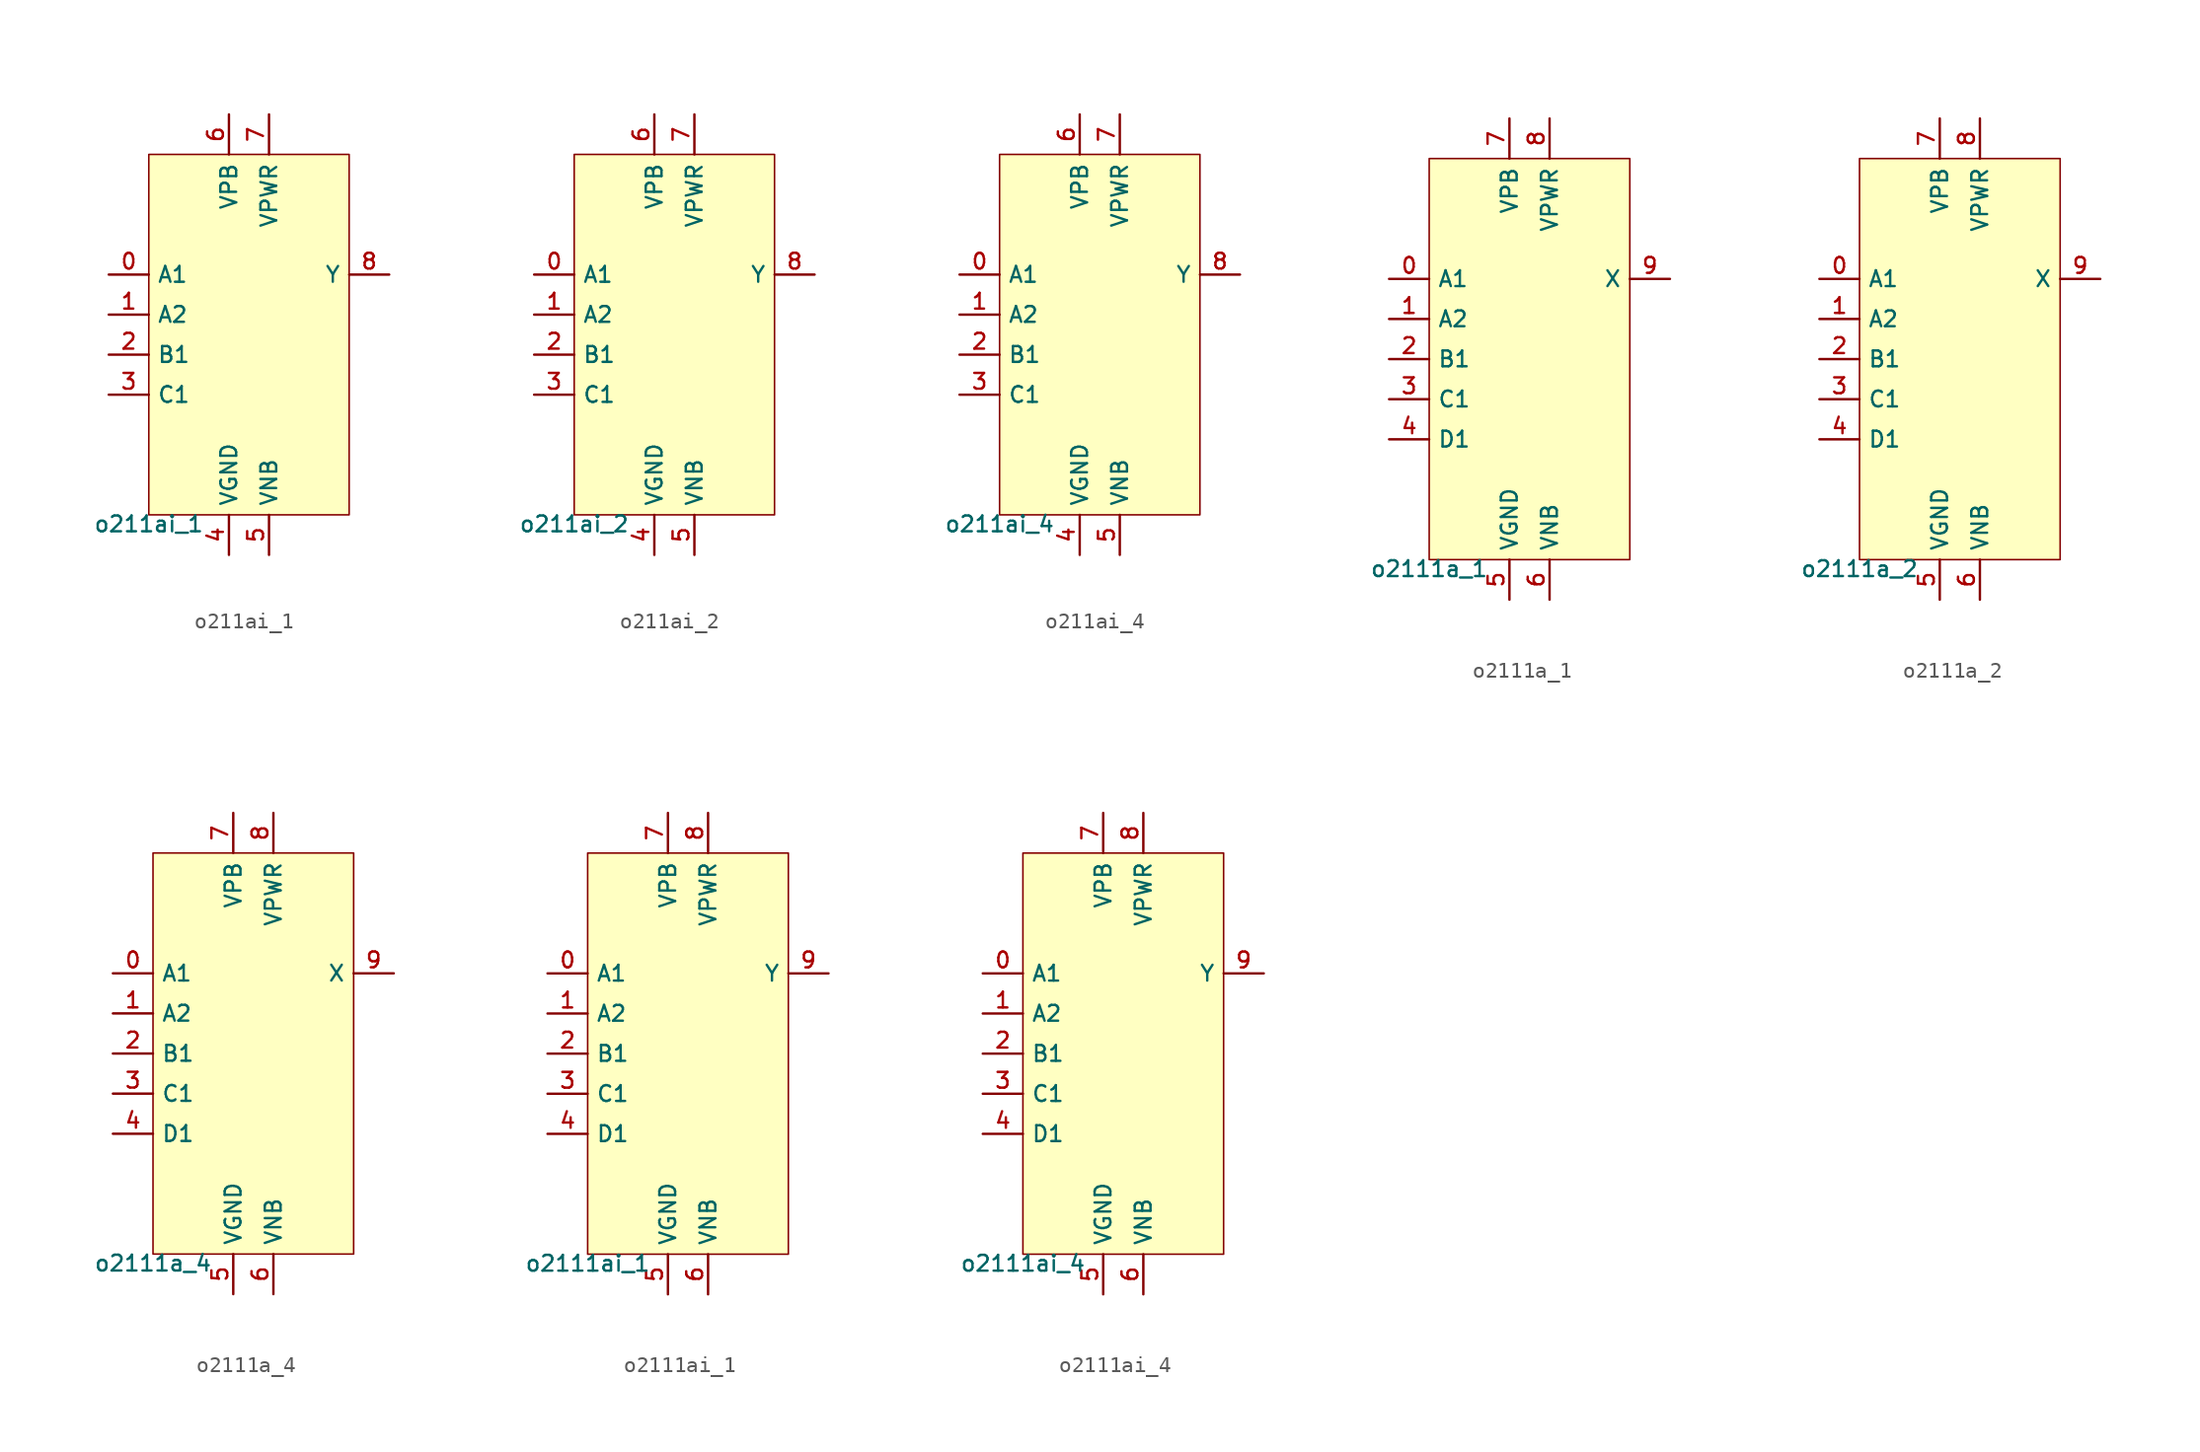
<source format=kicad_sym>
(kicad_symbol_lib
  (version 20211014)
  (generator lef2kicad_sym)
  (symbol "o211ai_1"
    (property "Reference" "CELL"
      (at 0 0 0)
      (effects (font (size 1 1)) hide))
    (property "Value" "o211ai_1"
      (at -6.35 -11.43 0)
      (effects (font (size 1 1)) (justify top)))
    (rectangle
      (start -6.35 -11.43)
      (end 6.35 11.43)
      (stroke (width 0.1) (type solid) (color 0 0 0 0))
      (fill (type background)))
    (pin input line
      (at -8.89 3.81 0)
      (length 2.54)
      (name "A1" (effects (font (size 1 1)) hide))
      (number "0" (effects (font (size 1 1)) hide)))
    (pin input line
      (at -8.89 1.27 0)
      (length 2.54)
      (name "A2" (effects (font (size 1 1)) hide))
      (number "1" (effects (font (size 1 1)) hide)))
    (pin input line
      (at -8.89 -1.27 0)
      (length 2.54)
      (name "B1" (effects (font (size 1 1)) hide))
      (number "2" (effects (font (size 1 1)) hide)))
    (pin input line
      (at -8.89 -3.81 0)
      (length 2.54)
      (name "C1" (effects (font (size 1 1)) hide))
      (number "3" (effects (font (size 1 1)) hide)))
    (pin power_in line
      (at -1.27 -13.97 90)
      (length 2.54)
      (name "VGND" (effects (font (size 1 1)) hide))
      (number "4" (effects (font (size 1 1)) hide)))
    (pin power_in line
      (at 1.27 -13.97 90)
      (length 2.54)
      (name "VNB" (effects (font (size 1 1)) hide))
      (number "5" (effects (font (size 1 1)) hide)))
    (pin power_in line
      (at -1.27 13.97 270)
      (length 2.54)
      (name "VPB" (effects (font (size 1 1)) hide))
      (number "6" (effects (font (size 1 1)) hide)))
    (pin power_in line
      (at 1.27 13.97 270)
      (length 2.54)
      (name "VPWR" (effects (font (size 1 1)) hide))
      (number "7" (effects (font (size 1 1)) hide)))
    (pin output line
      (at 8.89 3.81 180)
      (length 2.54)
      (name "Y" (effects (font (size 1 1)) hide))
      (number "8" (effects (font (size 1 1)) hide))))
  (symbol "o211ai_2"
    (property "Reference" "CELL"
      (at 0 0 0)
      (effects (font (size 1 1)) hide))
    (property "Value" "o211ai_2"
      (at -6.35 -11.43 0)
      (effects (font (size 1 1)) (justify top)))
    (rectangle
      (start -6.35 -11.43)
      (end 6.35 11.43)
      (stroke (width 0.1) (type solid) (color 0 0 0 0))
      (fill (type background)))
    (pin input line
      (at -8.89 3.81 0)
      (length 2.54)
      (name "A1" (effects (font (size 1 1)) hide))
      (number "0" (effects (font (size 1 1)) hide)))
    (pin input line
      (at -8.89 1.27 0)
      (length 2.54)
      (name "A2" (effects (font (size 1 1)) hide))
      (number "1" (effects (font (size 1 1)) hide)))
    (pin input line
      (at -8.89 -1.27 0)
      (length 2.54)
      (name "B1" (effects (font (size 1 1)) hide))
      (number "2" (effects (font (size 1 1)) hide)))
    (pin input line
      (at -8.89 -3.81 0)
      (length 2.54)
      (name "C1" (effects (font (size 1 1)) hide))
      (number "3" (effects (font (size 1 1)) hide)))
    (pin power_in line
      (at -1.27 -13.97 90)
      (length 2.54)
      (name "VGND" (effects (font (size 1 1)) hide))
      (number "4" (effects (font (size 1 1)) hide)))
    (pin power_in line
      (at 1.27 -13.97 90)
      (length 2.54)
      (name "VNB" (effects (font (size 1 1)) hide))
      (number "5" (effects (font (size 1 1)) hide)))
    (pin power_in line
      (at -1.27 13.97 270)
      (length 2.54)
      (name "VPB" (effects (font (size 1 1)) hide))
      (number "6" (effects (font (size 1 1)) hide)))
    (pin power_in line
      (at 1.27 13.97 270)
      (length 2.54)
      (name "VPWR" (effects (font (size 1 1)) hide))
      (number "7" (effects (font (size 1 1)) hide)))
    (pin output line
      (at 8.89 3.81 180)
      (length 2.54)
      (name "Y" (effects (font (size 1 1)) hide))
      (number "8" (effects (font (size 1 1)) hide))))
  (symbol "o211ai_4"
    (property "Reference" "CELL"
      (at 0 0 0)
      (effects (font (size 1 1)) hide))
    (property "Value" "o211ai_4"
      (at -6.35 -11.43 0)
      (effects (font (size 1 1)) (justify top)))
    (rectangle
      (start -6.35 -11.43)
      (end 6.35 11.43)
      (stroke (width 0.1) (type solid) (color 0 0 0 0))
      (fill (type background)))
    (pin input line
      (at -8.89 3.81 0)
      (length 2.54)
      (name "A1" (effects (font (size 1 1)) hide))
      (number "0" (effects (font (size 1 1)) hide)))
    (pin input line
      (at -8.89 1.27 0)
      (length 2.54)
      (name "A2" (effects (font (size 1 1)) hide))
      (number "1" (effects (font (size 1 1)) hide)))
    (pin input line
      (at -8.89 -1.27 0)
      (length 2.54)
      (name "B1" (effects (font (size 1 1)) hide))
      (number "2" (effects (font (size 1 1)) hide)))
    (pin input line
      (at -8.89 -3.81 0)
      (length 2.54)
      (name "C1" (effects (font (size 1 1)) hide))
      (number "3" (effects (font (size 1 1)) hide)))
    (pin power_in line
      (at -1.27 -13.97 90)
      (length 2.54)
      (name "VGND" (effects (font (size 1 1)) hide))
      (number "4" (effects (font (size 1 1)) hide)))
    (pin power_in line
      (at 1.27 -13.97 90)
      (length 2.54)
      (name "VNB" (effects (font (size 1 1)) hide))
      (number "5" (effects (font (size 1 1)) hide)))
    (pin power_in line
      (at -1.27 13.97 270)
      (length 2.54)
      (name "VPB" (effects (font (size 1 1)) hide))
      (number "6" (effects (font (size 1 1)) hide)))
    (pin power_in line
      (at 1.27 13.97 270)
      (length 2.54)
      (name "VPWR" (effects (font (size 1 1)) hide))
      (number "7" (effects (font (size 1 1)) hide)))
    (pin output line
      (at 8.89 3.81 180)
      (length 2.54)
      (name "Y" (effects (font (size 1 1)) hide))
      (number "8" (effects (font (size 1 1)) hide))))
  (symbol "o2111a_1"
    (property "Reference" "CELL"
      (at 0 0 0)
      (effects (font (size 1 1)) hide))
    (property "Value" "o2111a_1"
      (at -6.35 -12.7 0)
      (effects (font (size 1 1)) (justify top)))
    (rectangle
      (start -6.35 -12.7)
      (end 6.35 12.7)
      (stroke (width 0.1) (type solid) (color 0 0 0 0))
      (fill (type background)))
    (pin input line
      (at -8.89 5.08 0)
      (length 2.54)
      (name "A1" (effects (font (size 1 1)) hide))
      (number "0" (effects (font (size 1 1)) hide)))
    (pin input line
      (at -8.89 2.54 0)
      (length 2.54)
      (name "A2" (effects (font (size 1 1)) hide))
      (number "1" (effects (font (size 1 1)) hide)))
    (pin input line
      (at -8.89 -8.881784197001252e-16 0)
      (length 2.54)
      (name "B1" (effects (font (size 1 1)) hide))
      (number "2" (effects (font (size 1 1)) hide)))
    (pin input line
      (at -8.89 -2.54 0)
      (length 2.54)
      (name "C1" (effects (font (size 1 1)) hide))
      (number "3" (effects (font (size 1 1)) hide)))
    (pin input line
      (at -8.89 -5.08 0)
      (length 2.54)
      (name "D1" (effects (font (size 1 1)) hide))
      (number "4" (effects (font (size 1 1)) hide)))
    (pin power_in line
      (at -1.27 -15.24 90)
      (length 2.54)
      (name "VGND" (effects (font (size 1 1)) hide))
      (number "5" (effects (font (size 1 1)) hide)))
    (pin power_in line
      (at 1.27 -15.24 90)
      (length 2.54)
      (name "VNB" (effects (font (size 1 1)) hide))
      (number "6" (effects (font (size 1 1)) hide)))
    (pin power_in line
      (at -1.27 15.24 270)
      (length 2.54)
      (name "VPB" (effects (font (size 1 1)) hide))
      (number "7" (effects (font (size 1 1)) hide)))
    (pin power_in line
      (at 1.27 15.24 270)
      (length 2.54)
      (name "VPWR" (effects (font (size 1 1)) hide))
      (number "8" (effects (font (size 1 1)) hide)))
    (pin output line
      (at 8.89 5.08 180)
      (length 2.54)
      (name "X" (effects (font (size 1 1)) hide))
      (number "9" (effects (font (size 1 1)) hide))))
  (symbol "o2111a_2"
    (property "Reference" "CELL"
      (at 0 0 0)
      (effects (font (size 1 1)) hide))
    (property "Value" "o2111a_2"
      (at -6.35 -12.7 0)
      (effects (font (size 1 1)) (justify top)))
    (rectangle
      (start -6.35 -12.7)
      (end 6.35 12.7)
      (stroke (width 0.1) (type solid) (color 0 0 0 0))
      (fill (type background)))
    (pin input line
      (at -8.89 5.08 0)
      (length 2.54)
      (name "A1" (effects (font (size 1 1)) hide))
      (number "0" (effects (font (size 1 1)) hide)))
    (pin input line
      (at -8.89 2.54 0)
      (length 2.54)
      (name "A2" (effects (font (size 1 1)) hide))
      (number "1" (effects (font (size 1 1)) hide)))
    (pin input line
      (at -8.89 -8.881784197001252e-16 0)
      (length 2.54)
      (name "B1" (effects (font (size 1 1)) hide))
      (number "2" (effects (font (size 1 1)) hide)))
    (pin input line
      (at -8.89 -2.54 0)
      (length 2.54)
      (name "C1" (effects (font (size 1 1)) hide))
      (number "3" (effects (font (size 1 1)) hide)))
    (pin input line
      (at -8.89 -5.08 0)
      (length 2.54)
      (name "D1" (effects (font (size 1 1)) hide))
      (number "4" (effects (font (size 1 1)) hide)))
    (pin power_in line
      (at -1.27 -15.24 90)
      (length 2.54)
      (name "VGND" (effects (font (size 1 1)) hide))
      (number "5" (effects (font (size 1 1)) hide)))
    (pin power_in line
      (at 1.27 -15.24 90)
      (length 2.54)
      (name "VNB" (effects (font (size 1 1)) hide))
      (number "6" (effects (font (size 1 1)) hide)))
    (pin power_in line
      (at -1.27 15.24 270)
      (length 2.54)
      (name "VPB" (effects (font (size 1 1)) hide))
      (number "7" (effects (font (size 1 1)) hide)))
    (pin power_in line
      (at 1.27 15.24 270)
      (length 2.54)
      (name "VPWR" (effects (font (size 1 1)) hide))
      (number "8" (effects (font (size 1 1)) hide)))
    (pin output line
      (at 8.89 5.08 180)
      (length 2.54)
      (name "X" (effects (font (size 1 1)) hide))
      (number "9" (effects (font (size 1 1)) hide))))
  (symbol "o2111a_4"
    (property "Reference" "CELL"
      (at 0 0 0)
      (effects (font (size 1 1)) hide))
    (property "Value" "o2111a_4"
      (at -6.35 -12.7 0)
      (effects (font (size 1 1)) (justify top)))
    (rectangle
      (start -6.35 -12.7)
      (end 6.35 12.7)
      (stroke (width 0.1) (type solid) (color 0 0 0 0))
      (fill (type background)))
    (pin input line
      (at -8.89 5.08 0)
      (length 2.54)
      (name "A1" (effects (font (size 1 1)) hide))
      (number "0" (effects (font (size 1 1)) hide)))
    (pin input line
      (at -8.89 2.54 0)
      (length 2.54)
      (name "A2" (effects (font (size 1 1)) hide))
      (number "1" (effects (font (size 1 1)) hide)))
    (pin input line
      (at -8.89 -8.881784197001252e-16 0)
      (length 2.54)
      (name "B1" (effects (font (size 1 1)) hide))
      (number "2" (effects (font (size 1 1)) hide)))
    (pin input line
      (at -8.89 -2.54 0)
      (length 2.54)
      (name "C1" (effects (font (size 1 1)) hide))
      (number "3" (effects (font (size 1 1)) hide)))
    (pin input line
      (at -8.89 -5.08 0)
      (length 2.54)
      (name "D1" (effects (font (size 1 1)) hide))
      (number "4" (effects (font (size 1 1)) hide)))
    (pin power_in line
      (at -1.27 -15.24 90)
      (length 2.54)
      (name "VGND" (effects (font (size 1 1)) hide))
      (number "5" (effects (font (size 1 1)) hide)))
    (pin power_in line
      (at 1.27 -15.24 90)
      (length 2.54)
      (name "VNB" (effects (font (size 1 1)) hide))
      (number "6" (effects (font (size 1 1)) hide)))
    (pin power_in line
      (at -1.27 15.24 270)
      (length 2.54)
      (name "VPB" (effects (font (size 1 1)) hide))
      (number "7" (effects (font (size 1 1)) hide)))
    (pin power_in line
      (at 1.27 15.24 270)
      (length 2.54)
      (name "VPWR" (effects (font (size 1 1)) hide))
      (number "8" (effects (font (size 1 1)) hide)))
    (pin output line
      (at 8.89 5.08 180)
      (length 2.54)
      (name "X" (effects (font (size 1 1)) hide))
      (number "9" (effects (font (size 1 1)) hide))))
  (symbol "o2111ai_1"
    (property "Reference" "CELL"
      (at 0 0 0)
      (effects (font (size 1 1)) hide))
    (property "Value" "o2111ai_1"
      (at -6.35 -12.7 0)
      (effects (font (size 1 1)) (justify top)))
    (rectangle
      (start -6.35 -12.7)
      (end 6.35 12.7)
      (stroke (width 0.1) (type solid) (color 0 0 0 0))
      (fill (type background)))
    (pin input line
      (at -8.89 5.08 0)
      (length 2.54)
      (name "A1" (effects (font (size 1 1)) hide))
      (number "0" (effects (font (size 1 1)) hide)))
    (pin input line
      (at -8.89 2.54 0)
      (length 2.54)
      (name "A2" (effects (font (size 1 1)) hide))
      (number "1" (effects (font (size 1 1)) hide)))
    (pin input line
      (at -8.89 -8.881784197001252e-16 0)
      (length 2.54)
      (name "B1" (effects (font (size 1 1)) hide))
      (number "2" (effects (font (size 1 1)) hide)))
    (pin input line
      (at -8.89 -2.54 0)
      (length 2.54)
      (name "C1" (effects (font (size 1 1)) hide))
      (number "3" (effects (font (size 1 1)) hide)))
    (pin input line
      (at -8.89 -5.08 0)
      (length 2.54)
      (name "D1" (effects (font (size 1 1)) hide))
      (number "4" (effects (font (size 1 1)) hide)))
    (pin power_in line
      (at -1.27 -15.24 90)
      (length 2.54)
      (name "VGND" (effects (font (size 1 1)) hide))
      (number "5" (effects (font (size 1 1)) hide)))
    (pin power_in line
      (at 1.27 -15.24 90)
      (length 2.54)
      (name "VNB" (effects (font (size 1 1)) hide))
      (number "6" (effects (font (size 1 1)) hide)))
    (pin power_in line
      (at -1.27 15.24 270)
      (length 2.54)
      (name "VPB" (effects (font (size 1 1)) hide))
      (number "7" (effects (font (size 1 1)) hide)))
    (pin power_in line
      (at 1.27 15.24 270)
      (length 2.54)
      (name "VPWR" (effects (font (size 1 1)) hide))
      (number "8" (effects (font (size 1 1)) hide)))
    (pin output line
      (at 8.89 5.08 180)
      (length 2.54)
      (name "Y" (effects (font (size 1 1)) hide))
      (number "9" (effects (font (size 1 1)) hide))))
  (symbol "o2111ai_4"
    (property "Reference" "CELL"
      (at 0 0 0)
      (effects (font (size 1 1)) hide))
    (property "Value" "o2111ai_4"
      (at -6.35 -12.7 0)
      (effects (font (size 1 1)) (justify top)))
    (rectangle
      (start -6.35 -12.7)
      (end 6.35 12.7)
      (stroke (width 0.1) (type solid) (color 0 0 0 0))
      (fill (type background)))
    (pin input line
      (at -8.89 5.08 0)
      (length 2.54)
      (name "A1" (effects (font (size 1 1)) hide))
      (number "0" (effects (font (size 1 1)) hide)))
    (pin input line
      (at -8.89 2.54 0)
      (length 2.54)
      (name "A2" (effects (font (size 1 1)) hide))
      (number "1" (effects (font (size 1 1)) hide)))
    (pin input line
      (at -8.89 -8.881784197001252e-16 0)
      (length 2.54)
      (name "B1" (effects (font (size 1 1)) hide))
      (number "2" (effects (font (size 1 1)) hide)))
    (pin input line
      (at -8.89 -2.54 0)
      (length 2.54)
      (name "C1" (effects (font (size 1 1)) hide))
      (number "3" (effects (font (size 1 1)) hide)))
    (pin input line
      (at -8.89 -5.08 0)
      (length 2.54)
      (name "D1" (effects (font (size 1 1)) hide))
      (number "4" (effects (font (size 1 1)) hide)))
    (pin power_in line
      (at -1.27 -15.24 90)
      (length 2.54)
      (name "VGND" (effects (font (size 1 1)) hide))
      (number "5" (effects (font (size 1 1)) hide)))
    (pin power_in line
      (at 1.27 -15.24 90)
      (length 2.54)
      (name "VNB" (effects (font (size 1 1)) hide))
      (number "6" (effects (font (size 1 1)) hide)))
    (pin power_in line
      (at -1.27 15.24 270)
      (length 2.54)
      (name "VPB" (effects (font (size 1 1)) hide))
      (number "7" (effects (font (size 1 1)) hide)))
    (pin power_in line
      (at 1.27 15.24 270)
      (length 2.54)
      (name "VPWR" (effects (font (size 1 1)) hide))
      (number "8" (effects (font (size 1 1)) hide)))
    (pin output line
      (at 8.89 5.08 180)
      (length 2.54)
      (name "Y" (effects (font (size 1 1)) hide))
      (number "9" (effects (font (size 1 1)) hide)))))
</source>
